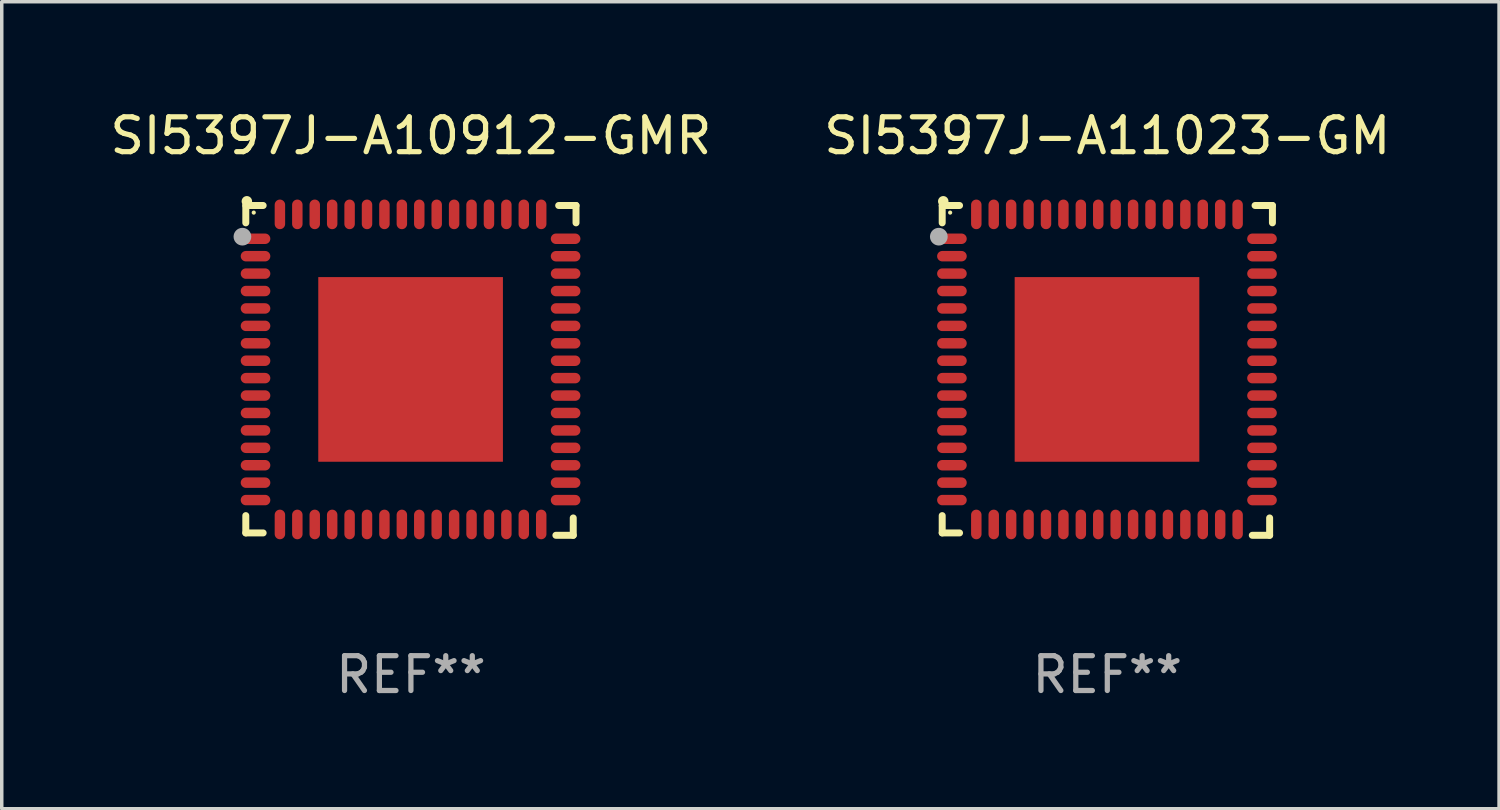
<source format=kicad_pcb>
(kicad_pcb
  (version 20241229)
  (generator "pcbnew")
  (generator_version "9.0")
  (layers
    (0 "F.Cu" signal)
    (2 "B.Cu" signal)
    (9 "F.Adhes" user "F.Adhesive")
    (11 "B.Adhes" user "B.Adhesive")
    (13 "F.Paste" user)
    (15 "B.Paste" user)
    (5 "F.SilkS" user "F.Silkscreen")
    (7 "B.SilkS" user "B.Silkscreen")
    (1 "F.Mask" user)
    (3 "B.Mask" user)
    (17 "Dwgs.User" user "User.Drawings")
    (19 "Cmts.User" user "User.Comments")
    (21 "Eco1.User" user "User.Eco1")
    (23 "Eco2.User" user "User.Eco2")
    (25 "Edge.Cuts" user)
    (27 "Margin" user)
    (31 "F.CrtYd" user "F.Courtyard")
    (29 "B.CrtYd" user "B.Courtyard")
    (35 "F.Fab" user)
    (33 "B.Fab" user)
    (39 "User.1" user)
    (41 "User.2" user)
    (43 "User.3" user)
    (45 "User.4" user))
  (footprint "SI5397J-A11023-GM"
    (layer "F.Cu")
    (at 28.732 7.581)
    (property "Reference" "SI5397J-A11023-GM" (at 0 -6.733 0) (layer "F.SilkS") (effects (font (size 1 1) (thickness 0.15))))
    (attr through_hole)
    (fp_line (start -4.739 -4.733) (end -4.241 -4.733) (stroke (width 0.2) (type solid)) (layer "F.SilkS"))
    (fp_line (start -4.739 -4.235) (end -4.739 -4.733) (stroke (width 0.2) (type solid)) (layer "F.SilkS"))
    (fp_line (start -4.739 4.168) (end -4.739 4.665) (stroke (width 0.2) (type solid)) (layer "F.SilkS"))
    (fp_line (start -4.739 4.665) (end -4.241 4.665) (stroke (width 0.2) (type solid)) (layer "F.SilkS"))
    (fp_line (start 4.161 4.733) (end 4.659 4.733) (stroke (width 0.2) (type solid)) (layer "F.SilkS"))
    (fp_line (start 4.241 -4.733) (end 4.739 -4.733) (stroke (width 0.2) (type solid)) (layer "F.SilkS"))
    (fp_line (start 4.659 4.733) (end 4.659 4.235) (stroke (width 0.2) (type solid)) (layer "F.SilkS"))
    (fp_line (start 4.739 -4.733) (end 4.739 -4.235) (stroke (width 0.2) (type solid)) (layer "F.SilkS"))
    (fp_arc (start -4.708623 -4.85108) (mid -4.708628 -4.85235) (end -4.708623 -4.85362) (stroke (width 0.3) (type solid)) (layer "F.SilkS"))
    (fp_circle (center -4.511 -4.529) (end -4.481 -4.529) (stroke (width 0.06) (type solid)) (fill no) (layer "F.SilkS"))
    (fp_circle (center -4.836 -3.838) (end -4.709 -3.838) (stroke (width 0.254) (type solid)) (fill no) (layer "F.Fab"))
    (fp_text user "REF**" (at 0 8.733 0) (layer "F.Fab") (effects (font (size 1 1) (thickness 0.15))))
    (pad "1" smd oval (at -4.46 -3.778) (size 0.85 0.3) (layers "F.Cu" "F.Mask" "F.Paste"))
    (pad "2" smd oval (at -4.46 -3.278) (size 0.85 0.3) (layers "F.Cu" "F.Mask" "F.Paste"))
    (pad "3" smd oval (at -4.46 -2.778) (size 0.85 0.3) (layers "F.Cu" "F.Mask" "F.Paste"))
    (pad "4" smd oval (at -4.46 -2.278) (size 0.85 0.3) (layers "F.Cu" "F.Mask" "F.Paste"))
    (pad "5" smd oval (at -4.46 -1.778) (size 0.85 0.3) (layers "F.Cu" "F.Mask" "F.Paste"))
    (pad "6" smd oval (at -4.46 -1.278) (size 0.85 0.3) (layers "F.Cu" "F.Mask" "F.Paste"))
    (pad "7" smd oval (at -4.46 -0.778) (size 0.85 0.3) (layers "F.Cu" "F.Mask" "F.Paste"))
    (pad "8" smd oval (at -4.46 -0.278) (size 0.85 0.3) (layers "F.Cu" "F.Mask" "F.Paste"))
    (pad "9" smd oval (at -4.46 0.222) (size 0.85 0.3) (layers "F.Cu" "F.Mask" "F.Paste"))
    (pad "10" smd oval (at -4.46 0.722) (size 0.85 0.3) (layers "F.Cu" "F.Mask" "F.Paste"))
    (pad "11" smd oval (at -4.46 1.222) (size 0.85 0.3) (layers "F.Cu" "F.Mask" "F.Paste"))
    (pad "12" smd oval (at -4.46 1.722) (size 0.85 0.3) (layers "F.Cu" "F.Mask" "F.Paste"))
    (pad "13" smd oval (at -4.46 2.222) (size 0.85 0.3) (layers "F.Cu" "F.Mask" "F.Paste"))
    (pad "14" smd oval (at -4.46 2.722) (size 0.85 0.3) (layers "F.Cu" "F.Mask" "F.Paste"))
    (pad "15" smd oval (at -4.46 3.222) (size 0.85 0.3) (layers "F.Cu" "F.Mask" "F.Paste"))
    (pad "16" smd oval (at -4.46 3.722) (size 0.85 0.3) (layers "F.Cu" "F.Mask" "F.Paste"))
    (pad "17" smd oval (at -3.76 4.422) (size 0.3 0.85) (layers "F.Cu" "F.Mask" "F.Paste"))
    (pad "18" smd oval (at -3.26 4.422) (size 0.3 0.85) (layers "F.Cu" "F.Mask" "F.Paste"))
    (pad "19" smd oval (at -2.76 4.422) (size 0.3 0.85) (layers "F.Cu" "F.Mask" "F.Paste"))
    (pad "20" smd oval (at -2.26 4.422) (size 0.3 0.85) (layers "F.Cu" "F.Mask" "F.Paste"))
    (pad "21" smd oval (at -1.76 4.422) (size 0.3 0.85) (layers "F.Cu" "F.Mask" "F.Paste"))
    (pad "22" smd oval (at -1.26 4.422) (size 0.3 0.85) (layers "F.Cu" "F.Mask" "F.Paste"))
    (pad "23" smd oval (at -0.76 4.422) (size 0.3 0.85) (layers "F.Cu" "F.Mask" "F.Paste"))
    (pad "24" smd oval (at -0.26 4.422) (size 0.3 0.85) (layers "F.Cu" "F.Mask" "F.Paste"))
    (pad "25" smd oval (at 0.24 4.422) (size 0.3 0.85) (layers "F.Cu" "F.Mask" "F.Paste"))
    (pad "26" smd oval (at 0.74 4.422) (size 0.3 0.85) (layers "F.Cu" "F.Mask" "F.Paste"))
    (pad "27" smd oval (at 1.24 4.422) (size 0.3 0.85) (layers "F.Cu" "F.Mask" "F.Paste"))
    (pad "28" smd oval (at 1.74 4.422) (size 0.3 0.85) (layers "F.Cu" "F.Mask" "F.Paste"))
    (pad "29" smd oval (at 2.24 4.422) (size 0.3 0.85) (layers "F.Cu" "F.Mask" "F.Paste"))
    (pad "30" smd oval (at 2.74 4.422) (size 0.3 0.85) (layers "F.Cu" "F.Mask" "F.Paste"))
    (pad "31" smd oval (at 3.24 4.422) (size 0.3 0.85) (layers "F.Cu" "F.Mask" "F.Paste"))
    (pad "32" smd oval (at 3.74 4.422) (size 0.3 0.85) (layers "F.Cu" "F.Mask" "F.Paste"))
    (pad "33" smd oval (at 4.44 3.723) (size 0.85 0.3) (layers "F.Cu" "F.Mask" "F.Paste"))
    (pad "34" smd oval (at 4.44 3.222) (size 0.85 0.3) (layers "F.Cu" "F.Mask" "F.Paste"))
    (pad "35" smd oval (at 4.44 2.723) (size 0.85 0.3) (layers "F.Cu" "F.Mask" "F.Paste"))
    (pad "36" smd oval (at 4.44 2.222) (size 0.85 0.3) (layers "F.Cu" "F.Mask" "F.Paste"))
    (pad "37" smd oval (at 4.44 1.723) (size 0.85 0.3) (layers "F.Cu" "F.Mask" "F.Paste"))
    (pad "38" smd oval (at 4.44 1.222) (size 0.85 0.3) (layers "F.Cu" "F.Mask" "F.Paste"))
    (pad "39" smd oval (at 4.44 0.723) (size 0.85 0.3) (layers "F.Cu" "F.Mask" "F.Paste"))
    (pad "40" smd oval (at 4.44 0.222) (size 0.85 0.3) (layers "F.Cu" "F.Mask" "F.Paste"))
    (pad "41" smd oval (at 4.44 -0.277) (size 0.85 0.3) (layers "F.Cu" "F.Mask" "F.Paste"))
    (pad "42" smd oval (at 4.44 -0.778) (size 0.85 0.3) (layers "F.Cu" "F.Mask" "F.Paste"))
    (pad "43" smd oval (at 4.44 -1.277) (size 0.85 0.3) (layers "F.Cu" "F.Mask" "F.Paste"))
    (pad "44" smd oval (at 4.44 -1.778) (size 0.85 0.3) (layers "F.Cu" "F.Mask" "F.Paste"))
    (pad "45" smd oval (at 4.44 -2.277) (size 0.85 0.3) (layers "F.Cu" "F.Mask" "F.Paste"))
    (pad "46" smd oval (at 4.44 -2.778) (size 0.85 0.3) (layers "F.Cu" "F.Mask" "F.Paste"))
    (pad "47" smd oval (at 4.44 -3.277) (size 0.85 0.3) (layers "F.Cu" "F.Mask" "F.Paste"))
    (pad "48" smd oval (at 4.44 -3.778) (size 0.85 0.3) (layers "F.Cu" "F.Mask" "F.Paste"))
    (pad "49" smd oval (at 3.74 -4.478) (size 0.3 0.85) (layers "F.Cu" "F.Mask" "F.Paste"))
    (pad "50" smd oval (at 3.24 -4.478) (size 0.3 0.85) (layers "F.Cu" "F.Mask" "F.Paste"))
    (pad "51" smd oval (at 2.74 -4.478) (size 0.3 0.85) (layers "F.Cu" "F.Mask" "F.Paste"))
    (pad "52" smd oval (at 2.24 -4.478) (size 0.3 0.85) (layers "F.Cu" "F.Mask" "F.Paste"))
    (pad "53" smd oval (at 1.74 -4.478) (size 0.3 0.85) (layers "F.Cu" "F.Mask" "F.Paste"))
    (pad "54" smd oval (at 1.24 -4.478) (size 0.3 0.85) (layers "F.Cu" "F.Mask" "F.Paste"))
    (pad "55" smd oval (at 0.74 -4.478) (size 0.3 0.85) (layers "F.Cu" "F.Mask" "F.Paste"))
    (pad "56" smd oval (at 0.24 -4.478) (size 0.3 0.85) (layers "F.Cu" "F.Mask" "F.Paste"))
    (pad "57" smd oval (at -0.26 -4.478) (size 0.3 0.85) (layers "F.Cu" "F.Mask" "F.Paste"))
    (pad "58" smd oval (at -0.76 -4.478) (size 0.3 0.85) (layers "F.Cu" "F.Mask" "F.Paste"))
    (pad "59" smd oval (at -1.26 -4.478) (size 0.3 0.85) (layers "F.Cu" "F.Mask" "F.Paste"))
    (pad "60" smd oval (at -1.76 -4.478) (size 0.3 0.85) (layers "F.Cu" "F.Mask" "F.Paste"))
    (pad "61" smd oval (at -2.26 -4.478) (size 0.3 0.85) (layers "F.Cu" "F.Mask" "F.Paste"))
    (pad "62" smd oval (at -2.76 -4.478) (size 0.3 0.85) (layers "F.Cu" "F.Mask" "F.Paste"))
    (pad "63" smd oval (at -3.26 -4.478) (size 0.3 0.85) (layers "F.Cu" "F.Mask" "F.Paste"))
    (pad "64" smd oval (at -3.76 -4.478) (size 0.3 0.85) (layers "F.Cu" "F.Mask" "F.Paste"))
    (pad "65" smd rect (at -0.009 -0.028 90) (size 5.3 5.3) (layers "F.Cu" "F.Mask" "F.Paste")))
  (footprint "SI5397J-A10912-GMR"
    (layer "F.Cu")
    (at 8.744 7.581)
    (property "Reference" "SI5397J-A10912-GMR" (at 0 -6.733 0) (layer "F.SilkS") (effects (font (size 1 1) (thickness 0.15))))
    (attr through_hole)
    (fp_line (start -4.739 -4.733) (end -4.241 -4.733) (stroke (width 0.2) (type solid)) (layer "F.SilkS"))
    (fp_line (start -4.739 -4.235) (end -4.739 -4.733) (stroke (width 0.2) (type solid)) (layer "F.SilkS"))
    (fp_line (start -4.739 4.168) (end -4.739 4.665) (stroke (width 0.2) (type solid)) (layer "F.SilkS"))
    (fp_line (start -4.739 4.665) (end -4.241 4.665) (stroke (width 0.2) (type solid)) (layer "F.SilkS"))
    (fp_line (start 4.161 4.733) (end 4.659 4.733) (stroke (width 0.2) (type solid)) (layer "F.SilkS"))
    (fp_line (start 4.241 -4.733) (end 4.739 -4.733) (stroke (width 0.2) (type solid)) (layer "F.SilkS"))
    (fp_line (start 4.659 4.733) (end 4.659 4.235) (stroke (width 0.2) (type solid)) (layer "F.SilkS"))
    (fp_line (start 4.739 -4.733) (end 4.739 -4.235) (stroke (width 0.2) (type solid)) (layer "F.SilkS"))
    (fp_arc (start -4.708623 -4.85108) (mid -4.708628 -4.85235) (end -4.708623 -4.85362) (stroke (width 0.3) (type solid)) (layer "F.SilkS"))
    (fp_circle (center -4.511 -4.529) (end -4.481 -4.529) (stroke (width 0.06) (type solid)) (fill no) (layer "F.SilkS"))
    (fp_circle (center -4.836 -3.838) (end -4.709 -3.838) (stroke (width 0.254) (type solid)) (fill no) (layer "F.Fab"))
    (fp_text user "REF**" (at 0 8.733 0) (layer "F.Fab") (effects (font (size 1 1) (thickness 0.15))))
    (pad "1" smd oval (at -4.46 -3.778) (size 0.85 0.3) (layers "F.Cu" "F.Mask" "F.Paste"))
    (pad "2" smd oval (at -4.46 -3.278) (size 0.85 0.3) (layers "F.Cu" "F.Mask" "F.Paste"))
    (pad "3" smd oval (at -4.46 -2.778) (size 0.85 0.3) (layers "F.Cu" "F.Mask" "F.Paste"))
    (pad "4" smd oval (at -4.46 -2.278) (size 0.85 0.3) (layers "F.Cu" "F.Mask" "F.Paste"))
    (pad "5" smd oval (at -4.46 -1.778) (size 0.85 0.3) (layers "F.Cu" "F.Mask" "F.Paste"))
    (pad "6" smd oval (at -4.46 -1.278) (size 0.85 0.3) (layers "F.Cu" "F.Mask" "F.Paste"))
    (pad "7" smd oval (at -4.46 -0.778) (size 0.85 0.3) (layers "F.Cu" "F.Mask" "F.Paste"))
    (pad "8" smd oval (at -4.46 -0.278) (size 0.85 0.3) (layers "F.Cu" "F.Mask" "F.Paste"))
    (pad "9" smd oval (at -4.46 0.222) (size 0.85 0.3) (layers "F.Cu" "F.Mask" "F.Paste"))
    (pad "10" smd oval (at -4.46 0.722) (size 0.85 0.3) (layers "F.Cu" "F.Mask" "F.Paste"))
    (pad "11" smd oval (at -4.46 1.222) (size 0.85 0.3) (layers "F.Cu" "F.Mask" "F.Paste"))
    (pad "12" smd oval (at -4.46 1.722) (size 0.85 0.3) (layers "F.Cu" "F.Mask" "F.Paste"))
    (pad "13" smd oval (at -4.46 2.222) (size 0.85 0.3) (layers "F.Cu" "F.Mask" "F.Paste"))
    (pad "14" smd oval (at -4.46 2.722) (size 0.85 0.3) (layers "F.Cu" "F.Mask" "F.Paste"))
    (pad "15" smd oval (at -4.46 3.222) (size 0.85 0.3) (layers "F.Cu" "F.Mask" "F.Paste"))
    (pad "16" smd oval (at -4.46 3.722) (size 0.85 0.3) (layers "F.Cu" "F.Mask" "F.Paste"))
    (pad "17" smd oval (at -3.76 4.422) (size 0.3 0.85) (layers "F.Cu" "F.Mask" "F.Paste"))
    (pad "18" smd oval (at -3.26 4.422) (size 0.3 0.85) (layers "F.Cu" "F.Mask" "F.Paste"))
    (pad "19" smd oval (at -2.76 4.422) (size 0.3 0.85) (layers "F.Cu" "F.Mask" "F.Paste"))
    (pad "20" smd oval (at -2.26 4.422) (size 0.3 0.85) (layers "F.Cu" "F.Mask" "F.Paste"))
    (pad "21" smd oval (at -1.76 4.422) (size 0.3 0.85) (layers "F.Cu" "F.Mask" "F.Paste"))
    (pad "22" smd oval (at -1.26 4.422) (size 0.3 0.85) (layers "F.Cu" "F.Mask" "F.Paste"))
    (pad "23" smd oval (at -0.76 4.422) (size 0.3 0.85) (layers "F.Cu" "F.Mask" "F.Paste"))
    (pad "24" smd oval (at -0.26 4.422) (size 0.3 0.85) (layers "F.Cu" "F.Mask" "F.Paste"))
    (pad "25" smd oval (at 0.24 4.422) (size 0.3 0.85) (layers "F.Cu" "F.Mask" "F.Paste"))
    (pad "26" smd oval (at 0.74 4.422) (size 0.3 0.85) (layers "F.Cu" "F.Mask" "F.Paste"))
    (pad "27" smd oval (at 1.24 4.422) (size 0.3 0.85) (layers "F.Cu" "F.Mask" "F.Paste"))
    (pad "28" smd oval (at 1.74 4.422) (size 0.3 0.85) (layers "F.Cu" "F.Mask" "F.Paste"))
    (pad "29" smd oval (at 2.24 4.422) (size 0.3 0.85) (layers "F.Cu" "F.Mask" "F.Paste"))
    (pad "30" smd oval (at 2.74 4.422) (size 0.3 0.85) (layers "F.Cu" "F.Mask" "F.Paste"))
    (pad "31" smd oval (at 3.24 4.422) (size 0.3 0.85) (layers "F.Cu" "F.Mask" "F.Paste"))
    (pad "32" smd oval (at 3.74 4.422) (size 0.3 0.85) (layers "F.Cu" "F.Mask" "F.Paste"))
    (pad "33" smd oval (at 4.44 3.723) (size 0.85 0.3) (layers "F.Cu" "F.Mask" "F.Paste"))
    (pad "34" smd oval (at 4.44 3.222) (size 0.85 0.3) (layers "F.Cu" "F.Mask" "F.Paste"))
    (pad "35" smd oval (at 4.44 2.723) (size 0.85 0.3) (layers "F.Cu" "F.Mask" "F.Paste"))
    (pad "36" smd oval (at 4.44 2.222) (size 0.85 0.3) (layers "F.Cu" "F.Mask" "F.Paste"))
    (pad "37" smd oval (at 4.44 1.723) (size 0.85 0.3) (layers "F.Cu" "F.Mask" "F.Paste"))
    (pad "38" smd oval (at 4.44 1.222) (size 0.85 0.3) (layers "F.Cu" "F.Mask" "F.Paste"))
    (pad "39" smd oval (at 4.44 0.723) (size 0.85 0.3) (layers "F.Cu" "F.Mask" "F.Paste"))
    (pad "40" smd oval (at 4.44 0.222) (size 0.85 0.3) (layers "F.Cu" "F.Mask" "F.Paste"))
    (pad "41" smd oval (at 4.44 -0.277) (size 0.85 0.3) (layers "F.Cu" "F.Mask" "F.Paste"))
    (pad "42" smd oval (at 4.44 -0.778) (size 0.85 0.3) (layers "F.Cu" "F.Mask" "F.Paste"))
    (pad "43" smd oval (at 4.44 -1.277) (size 0.85 0.3) (layers "F.Cu" "F.Mask" "F.Paste"))
    (pad "44" smd oval (at 4.44 -1.778) (size 0.85 0.3) (layers "F.Cu" "F.Mask" "F.Paste"))
    (pad "45" smd oval (at 4.44 -2.277) (size 0.85 0.3) (layers "F.Cu" "F.Mask" "F.Paste"))
    (pad "46" smd oval (at 4.44 -2.778) (size 0.85 0.3) (layers "F.Cu" "F.Mask" "F.Paste"))
    (pad "47" smd oval (at 4.44 -3.277) (size 0.85 0.3) (layers "F.Cu" "F.Mask" "F.Paste"))
    (pad "48" smd oval (at 4.44 -3.778) (size 0.85 0.3) (layers "F.Cu" "F.Mask" "F.Paste"))
    (pad "49" smd oval (at 3.74 -4.478) (size 0.3 0.85) (layers "F.Cu" "F.Mask" "F.Paste"))
    (pad "50" smd oval (at 3.24 -4.478) (size 0.3 0.85) (layers "F.Cu" "F.Mask" "F.Paste"))
    (pad "51" smd oval (at 2.74 -4.478) (size 0.3 0.85) (layers "F.Cu" "F.Mask" "F.Paste"))
    (pad "52" smd oval (at 2.24 -4.478) (size 0.3 0.85) (layers "F.Cu" "F.Mask" "F.Paste"))
    (pad "53" smd oval (at 1.74 -4.478) (size 0.3 0.85) (layers "F.Cu" "F.Mask" "F.Paste"))
    (pad "54" smd oval (at 1.24 -4.478) (size 0.3 0.85) (layers "F.Cu" "F.Mask" "F.Paste"))
    (pad "55" smd oval (at 0.74 -4.478) (size 0.3 0.85) (layers "F.Cu" "F.Mask" "F.Paste"))
    (pad "56" smd oval (at 0.24 -4.478) (size 0.3 0.85) (layers "F.Cu" "F.Mask" "F.Paste"))
    (pad "57" smd oval (at -0.26 -4.478) (size 0.3 0.85) (layers "F.Cu" "F.Mask" "F.Paste"))
    (pad "58" smd oval (at -0.76 -4.478) (size 0.3 0.85) (layers "F.Cu" "F.Mask" "F.Paste"))
    (pad "59" smd oval (at -1.26 -4.478) (size 0.3 0.85) (layers "F.Cu" "F.Mask" "F.Paste"))
    (pad "60" smd oval (at -1.76 -4.478) (size 0.3 0.85) (layers "F.Cu" "F.Mask" "F.Paste"))
    (pad "61" smd oval (at -2.26 -4.478) (size 0.3 0.85) (layers "F.Cu" "F.Mask" "F.Paste"))
    (pad "62" smd oval (at -2.76 -4.478) (size 0.3 0.85) (layers "F.Cu" "F.Mask" "F.Paste"))
    (pad "63" smd oval (at -3.26 -4.478) (size 0.3 0.85) (layers "F.Cu" "F.Mask" "F.Paste"))
    (pad "64" smd oval (at -3.76 -4.478) (size 0.3 0.85) (layers "F.Cu" "F.Mask" "F.Paste"))
    (pad "65" smd rect (at -0.009 -0.028 90) (size 5.3 5.3) (layers "F.Cu" "F.Mask" "F.Paste")))
  (gr_rect
    (start -3 -3)
    (end 39.976 20.162)
    (stroke (width 0.1) (type default))
    (fill no)
    (layer "Edge.Cuts")))
</source>
